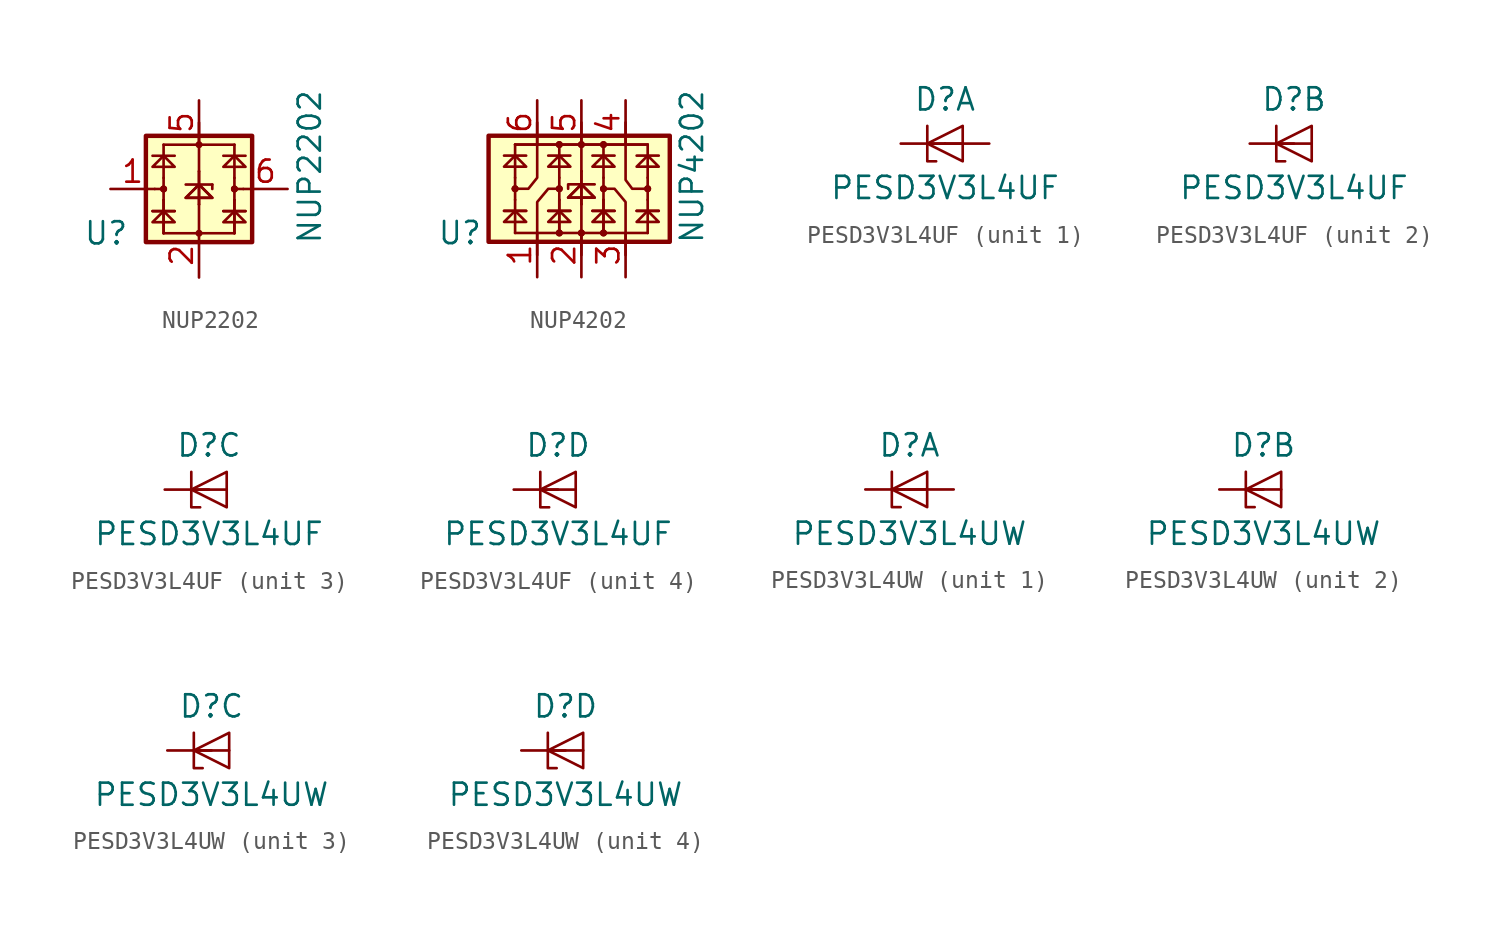
<source format=kicad_sym>
(kicad_symbol_lib
  (version 20201005)
  (generator kicad_symbol_editor)
  (symbol "Power_Protection:NUP2202"
    (property "Reference" "U"
      (at -5.334 -2.54 0)
      (effects (font (size 1.27 1.27))))
    (property "Value" "NUP2202"
      (at 6.35 1.27 90)
      (effects (font (size 1.27 1.27))))
    (symbol "NUP2202_0_1"
      (circle (center -2.032 0) (radius 0.127) (stroke (width 0)) (fill (type none)))
      (circle (center -2.032 0) (radius 0.127) (stroke (width 0)) (fill (type none)))
      (circle (center 0 -2.54) (radius 0.127) (stroke (width 0)) (fill (type none)))
      (circle (center 0 2.54) (radius 0.127) (stroke (width 0)) (fill (type none)))
      (circle (center 2.032 0) (radius 0.127) (stroke (width 0)) (fill (type none)))
      (circle (center 2.032 0) (radius 0.127) (stroke (width 0)) (fill (type none)))
      (rectangle (start -3.048 3.048) (end 3.048 -3.048) (stroke (width 0.254)) (fill (type background)))
      (polyline (pts (xy -2.667 -1.27) (xy -1.397 -1.27)) (stroke (width 0)) (fill (type none)))
      (polyline (pts (xy -2.667 -1.27) (xy -1.397 -1.27)) (stroke (width 0)) (fill (type none)))
      (polyline (pts (xy -2.667 1.905) (xy -1.397 1.905)) (stroke (width 0)) (fill (type none)))
      (polyline (pts (xy -2.54 0) (xy -2.032 0)) (stroke (width 0)) (fill (type none)))
      (polyline (pts (xy -2.032 -2.54) (xy -2.032 -0.635)) (stroke (width 0)) (fill (type none)))
      (polyline (pts (xy -2.032 -2.54) (xy -2.032 -0.635)) (stroke (width 0)) (fill (type none)))
      (polyline (pts (xy -2.032 0.635) (xy -2.032 -0.635)) (stroke (width 0)) (fill (type none)))
      (polyline (pts (xy -2.032 0.635) (xy -2.032 2.54)) (stroke (width 0)) (fill (type none)))
      (polyline (pts (xy -2.032 2.54) (xy 2.032 2.54)) (stroke (width 0)) (fill (type none)))
      (polyline (pts (xy -0.762 0.254) (xy 0.762 0.254)) (stroke (width 0)) (fill (type none)))
      (polyline (pts (xy 0 -0.889) (xy 0 -2.54)) (stroke (width 0)) (fill (type none)))
      (polyline (pts (xy 0 -0.889) (xy 0 1.016)) (stroke (width 0)) (fill (type none)))
      (polyline (pts (xy 0 -0.889) (xy 0 1.016)) (stroke (width 0)) (fill (type none)))
      (polyline (pts (xy 0 1.016) (xy 0 3.81)) (stroke (width 0)) (fill (type none)))
      (polyline (pts (xy 0.762 0) (xy 0.762 0.254)) (stroke (width 0)) (fill (type none)))
      (polyline (pts (xy 1.397 -1.27) (xy 2.667 -1.27)) (stroke (width 0)) (fill (type none)))
      (polyline (pts (xy 1.397 -1.27) (xy 2.667 -1.27)) (stroke (width 0)) (fill (type none)))
      (polyline (pts (xy 1.397 1.905) (xy 2.667 1.905)) (stroke (width 0)) (fill (type none)))
      (polyline (pts (xy 2.032 -2.54) (xy -2.032 -2.54)) (stroke (width 0)) (fill (type none)))
      (polyline (pts (xy 2.032 -2.54) (xy 2.032 -0.635)) (stroke (width 0)) (fill (type none)))
      (polyline (pts (xy 2.032 -2.54) (xy 2.032 -0.635)) (stroke (width 0)) (fill (type none)))
      (polyline (pts (xy 2.032 0) (xy 2.54 0)) (stroke (width 0)) (fill (type none)))
      (polyline (pts (xy 2.032 0.635) (xy 2.032 -0.635)) (stroke (width 0)) (fill (type none)))
      (polyline (pts (xy 2.032 0.635) (xy 2.032 2.54)) (stroke (width 0)) (fill (type none)))
      (polyline (pts (xy -2.667 -1.905) (xy -1.397 -1.905) (xy -2.032 -1.27) (xy -2.667 -1.905)) (stroke (width 0)) (fill (type none)))
      (polyline (pts (xy -2.667 1.27) (xy -1.397 1.27) (xy -2.032 1.905) (xy -2.667 1.27)) (stroke (width 0)) (fill (type none)))
      (polyline (pts (xy -0.762 -0.508) (xy 0.762 -0.508) (xy 0 0.254) (xy -0.762 -0.508)) (stroke (width 0)) (fill (type none)))
      (polyline (pts (xy -0.762 -0.508) (xy 0.762 -0.508) (xy 0 0.254) (xy -0.762 -0.508)) (stroke (width 0)) (fill (type none)))
      (polyline (pts (xy 1.397 -1.905) (xy 2.667 -1.905) (xy 2.032 -1.27) (xy 1.397 -1.905)) (stroke (width 0)) (fill (type none)))
      (polyline (pts (xy 1.397 1.27) (xy 2.667 1.27) (xy 2.032 1.905) (xy 1.397 1.27)) (stroke (width 0)) (fill (type none))))
    (symbol "NUP2202_1_1"
      (pin passive line (at -5.08 0 0) (length 2.54) (name "~" (effects (font (size 1.27 1.27)))) (number "1" (effects (font (size 1.27 1.27)))))
      (pin passive line (at 0 -5.08 90) (length 2.54) (name "~" (effects (font (size 1.27 1.27)))) (number "2" (effects (font (size 1.27 1.27)))))
      (pin no_connect line (at 0 -2.54 90) (length 2.54) hide (name "~" (effects (font (size 1.27 1.27)))) (number "3" (effects (font (size 1.27 1.27)))))
      (pin no_connect line (at 0 2.54 270) (length 2.54) hide (name "~" (effects (font (size 1.27 1.27)))) (number "4" (effects (font (size 1.27 1.27)))))
      (pin passive line (at 0 5.08 270) (length 2.54) (name "~" (effects (font (size 1.27 1.27)))) (number "5" (effects (font (size 1.27 1.27)))))
      (pin passive line (at 5.08 0 180) (length 2.54) (name "~" (effects (font (size 1.27 1.27)))) (number "6" (effects (font (size 1.27 1.27)))))))
  (symbol "Power_Protection:NUP4202"
    (property "Reference" "U"
      (at -6.985 -2.54 0)
      (effects (font (size 1.27 1.27))))
    (property "Value" "NUP4202"
      (at 6.35 1.27 90)
      (effects (font (size 1.27 1.27))))
    (symbol "NUP4202_0_1"
      (circle (center -3.81 0) (radius 0.127) (stroke (width 0)) (fill (type none)))
      (circle (center -3.81 0) (radius 0.127) (stroke (width 0)) (fill (type none)))
      (circle (center -1.27 -2.54) (radius 0.127) (stroke (width 0)) (fill (type none)))
      (circle (center -1.27 -2.54) (radius 0.127) (stroke (width 0)) (fill (type none)))
      (circle (center -1.27 0) (radius 0.127) (stroke (width 0)) (fill (type none)))
      (circle (center -1.27 0) (radius 0.127) (stroke (width 0)) (fill (type none)))
      (circle (center -1.27 2.54) (radius 0.127) (stroke (width 0)) (fill (type none)))
      (circle (center -1.27 2.54) (radius 0.127) (stroke (width 0)) (fill (type none)))
      (circle (center 0 -2.54) (radius 0.127) (stroke (width 0)) (fill (type none)))
      (circle (center 0 -2.54) (radius 0.127) (stroke (width 0)) (fill (type none)))
      (circle (center 0 2.54) (radius 0.127) (stroke (width 0)) (fill (type none)))
      (circle (center 0 2.54) (radius 0.127) (stroke (width 0)) (fill (type none)))
      (circle (center 1.27 -2.54) (radius 0.127) (stroke (width 0)) (fill (type none)))
      (circle (center 1.27 -2.54) (radius 0.127) (stroke (width 0)) (fill (type none)))
      (circle (center 1.27 0) (radius 0.127) (stroke (width 0)) (fill (type none)))
      (circle (center 1.27 0) (radius 0.127) (stroke (width 0)) (fill (type none)))
      (circle (center 1.27 2.54) (radius 0.127) (stroke (width 0)) (fill (type none)))
      (circle (center 1.27 2.54) (radius 0.127) (stroke (width 0)) (fill (type none)))
      (circle (center 3.81 0) (radius 0.127) (stroke (width 0)) (fill (type none)))
      (circle (center 3.81 0) (radius 0.127) (stroke (width 0)) (fill (type none)))
      (rectangle (start -5.334 3.048) (end 5.08 -3.048) (stroke (width 0.254)) (fill (type background)))
      (polyline (pts (xy -4.445 -1.27) (xy -3.175 -1.27)) (stroke (width 0)) (fill (type none)))
      (polyline (pts (xy -4.445 -1.27) (xy -3.175 -1.27)) (stroke (width 0)) (fill (type none)))
      (polyline (pts (xy -4.445 1.905) (xy -3.175 1.905)) (stroke (width 0)) (fill (type none)))
      (polyline (pts (xy -3.81 -2.54) (xy -3.81 -0.635)) (stroke (width 0)) (fill (type none)))
      (polyline (pts (xy -3.81 -2.54) (xy 3.81 -2.54)) (stroke (width 0)) (fill (type none)))
      (polyline (pts (xy -3.81 -0.635) (xy -3.81 0.635)) (stroke (width 0)) (fill (type none)))
      (polyline (pts (xy -3.81 0.635) (xy -3.81 2.54)) (stroke (width 0)) (fill (type none)))
      (polyline (pts (xy -3.81 2.54) (xy 3.81 2.54)) (stroke (width 0)) (fill (type none)))
      (polyline (pts (xy -3.81 2.54) (xy 3.81 2.54)) (stroke (width 0)) (fill (type none)))
      (polyline (pts (xy -1.905 -1.27) (xy -0.635 -1.27)) (stroke (width 0)) (fill (type none)))
      (polyline (pts (xy -1.905 -1.27) (xy -0.635 -1.27)) (stroke (width 0)) (fill (type none)))
      (polyline (pts (xy -1.905 1.905) (xy -0.635 1.905)) (stroke (width 0)) (fill (type none)))
      (polyline (pts (xy -1.27 -2.54) (xy -1.27 -0.635)) (stroke (width 0)) (fill (type none)))
      (polyline (pts (xy -1.27 -2.54) (xy -1.27 -0.635)) (stroke (width 0)) (fill (type none)))
      (polyline (pts (xy -1.27 0.635) (xy -1.27 -0.635)) (stroke (width 0)) (fill (type none)))
      (polyline (pts (xy -1.27 0.635) (xy -1.27 2.54)) (stroke (width 0)) (fill (type none)))
      (polyline (pts (xy 0 -0.889) (xy 0 -3.81)) (stroke (width 0)) (fill (type none)))
      (polyline (pts (xy 0 -0.889) (xy 0 1.016)) (stroke (width 0)) (fill (type none)))
      (polyline (pts (xy 0 -0.889) (xy 0 1.016)) (stroke (width 0)) (fill (type none)))
      (polyline (pts (xy 0 1.016) (xy 0 3.81)) (stroke (width 0)) (fill (type none)))
      (polyline (pts (xy 0.635 -1.27) (xy 1.905 -1.27)) (stroke (width 0)) (fill (type none)))
      (polyline (pts (xy 0.635 -1.27) (xy 1.905 -1.27)) (stroke (width 0)) (fill (type none)))
      (polyline (pts (xy 0.635 1.905) (xy 1.905 1.905)) (stroke (width 0)) (fill (type none)))
      (polyline (pts (xy 1.27 -2.54) (xy 1.27 -0.635)) (stroke (width 0)) (fill (type none)))
      (polyline (pts (xy 1.27 -2.54) (xy 1.27 -0.635)) (stroke (width 0)) (fill (type none)))
      (polyline (pts (xy 1.27 0.635) (xy 1.27 -0.635)) (stroke (width 0)) (fill (type none)))
      (polyline (pts (xy 1.27 0.635) (xy 1.27 2.54)) (stroke (width 0)) (fill (type none)))
      (polyline (pts (xy 3.175 -1.27) (xy 4.445 -1.27)) (stroke (width 0)) (fill (type none)))
      (polyline (pts (xy 3.175 -1.27) (xy 4.445 -1.27)) (stroke (width 0)) (fill (type none)))
      (polyline (pts (xy 3.175 1.905) (xy 4.445 1.905)) (stroke (width 0)) (fill (type none)))
      (polyline (pts (xy 3.81 -2.54) (xy 3.81 -0.635)) (stroke (width 0)) (fill (type none)))
      (polyline (pts (xy 3.81 0.635) (xy 3.81 -0.635)) (stroke (width 0)) (fill (type none)))
      (polyline (pts (xy 3.81 0.635) (xy 3.81 2.54)) (stroke (width 0)) (fill (type none)))
      (polyline (pts (xy 0.762 0.254) (xy -0.762 0.254) (xy -0.762 0)) (stroke (width 0)) (fill (type none)))
      (polyline (pts (xy -4.445 -1.905) (xy -3.175 -1.905) (xy -3.81 -1.27) (xy -4.445 -1.905)) (stroke (width 0)) (fill (type none)))
      (polyline (pts (xy -4.445 1.27) (xy -3.175 1.27) (xy -3.81 1.905) (xy -4.445 1.27)) (stroke (width 0)) (fill (type none)))
      (polyline (pts (xy -2.54 -3.81) (xy -2.54 -0.762) (xy -1.905 0) (xy -1.27 0)) (stroke (width 0)) (fill (type none)))
      (polyline (pts (xy -2.54 3.81) (xy -2.54 0.635) (xy -3.048 0) (xy -3.937 0)) (stroke (width 0)) (fill (type none)))
      (polyline (pts (xy -1.905 -1.905) (xy -0.635 -1.905) (xy -1.27 -1.27) (xy -1.905 -1.905)) (stroke (width 0)) (fill (type none)))
      (polyline (pts (xy -1.905 1.27) (xy -0.635 1.27) (xy -1.27 1.905) (xy -1.905 1.27)) (stroke (width 0)) (fill (type none)))
      (polyline (pts (xy -0.762 -0.508) (xy 0.762 -0.508) (xy 0 0.254) (xy -0.762 -0.508)) (stroke (width 0)) (fill (type none)))
      (polyline (pts (xy -0.762 -0.508) (xy 0.762 -0.508) (xy 0 0.254) (xy -0.762 -0.508)) (stroke (width 0)) (fill (type none)))
      (polyline (pts (xy 0.635 -1.905) (xy 1.905 -1.905) (xy 1.27 -1.27) (xy 0.635 -1.905)) (stroke (width 0)) (fill (type none)))
      (polyline (pts (xy 0.635 1.27) (xy 1.905 1.27) (xy 1.27 1.905) (xy 0.635 1.27)) (stroke (width 0)) (fill (type none)))
      (polyline (pts (xy 2.54 -3.81) (xy 2.54 -0.762) (xy 1.905 0) (xy 1.143 0)) (stroke (width 0)) (fill (type none)))
      (polyline (pts (xy 2.54 3.81) (xy 2.54 0.508) (xy 2.921 0) (xy 3.81 0)) (stroke (width 0)) (fill (type none)))
      (polyline (pts (xy 3.175 -1.905) (xy 4.445 -1.905) (xy 3.81 -1.27) (xy 3.175 -1.905)) (stroke (width 0)) (fill (type none)))
      (polyline (pts (xy 3.175 1.27) (xy 4.445 1.27) (xy 3.81 1.905) (xy 3.175 1.27)) (stroke (width 0)) (fill (type none))))
    (symbol "NUP4202_1_1"
      (pin passive line (at -2.54 -5.08 90) (length 2.54) (name "~" (effects (font (size 1.27 1.27)))) (number "1" (effects (font (size 1.27 1.27)))))
      (pin passive line (at 0 -5.08 90) (length 2.54) (name "~" (effects (font (size 1.27 1.27)))) (number "2" (effects (font (size 1.27 1.27)))))
      (pin passive line (at 2.54 -5.08 90) (length 2.54) (name "~" (effects (font (size 1.27 1.27)))) (number "3" (effects (font (size 1.27 1.27)))))
      (pin passive line (at 2.54 5.08 270) (length 2.54) (name "~" (effects (font (size 1.27 1.27)))) (number "4" (effects (font (size 1.27 1.27)))))
      (pin passive line (at 0 5.08 270) (length 2.54) (name "~" (effects (font (size 1.27 1.27)))) (number "5" (effects (font (size 1.27 1.27)))))
      (pin passive line (at -2.54 5.08 270) (length 2.54) (name "~" (effects (font (size 1.27 1.27)))) (number "6" (effects (font (size 1.27 1.27)))))))
  (symbol "Power_Protection:PESD3V3L4UF"
    (pin_numbers hide)
    (pin_names hide)
    (property "Reference" "D"
      (at 0 2.54 0)
      (effects (font (size 1.27 1.27))))
    (property "Value" "PESD3V3L4UF"
      (at 0 -2.54 0)
      (effects (font (size 1.27 1.27))))
    (property "ki_locked" ""
      (at 0 0 0)
      (effects (font (size 1.27 1.27))))
    (symbol "PESD3V3L4UF_0_1"
      (polyline (pts (xy -1.016 0) (xy 1.016 0)) (stroke (width 0)) (fill (type none)))
      (polyline (pts (xy -1.016 1.016) (xy -1.016 -1.016) (xy -0.508 -1.016)) (stroke (width 0)) (fill (type none)))
      (polyline (pts (xy 1.016 1.016) (xy -1.016 0) (xy 1.016 -1.016) (xy 1.016 1.016)) (stroke (width 0)) (fill (type none))))
    (symbol "PESD3V3L4UF_1_1"
      (pin passive line (at -2.54 0 0) (length 2.54) (name "K1" (effects (font (size 1.27 1.27)))) (number "1" (effects (font (size 1.27 1.27)))))
      (pin passive line (at 2.54 0 180) (length 2.54) (name "A" (effects (font (size 1.27 1.27)))) (number "2" (effects (font (size 1.27 1.27)))))
      (pin passive line (at 2.54 0 180) (length 2.54) hide (name "A" (effects (font (size 1.27 1.27)))) (number "5" (effects (font (size 1.27 1.27))))))
    (symbol "PESD3V3L4UF_2_1"
      (pin passive line (at -2.54 0 0) (length 2.54) (name "K2" (effects (font (size 1.27 1.27)))) (number "3" (effects (font (size 1.27 1.27))))))
    (symbol "PESD3V3L4UF_3_1"
      (pin passive line (at -2.54 0 0) (length 2.54) (name "K3" (effects (font (size 1.27 1.27)))) (number "4" (effects (font (size 1.27 1.27))))))
    (symbol "PESD3V3L4UF_4_1"
      (pin passive line (at -2.54 0 0) (length 2.54) (name "K4" (effects (font (size 1.27 1.27)))) (number "6" (effects (font (size 1.27 1.27)))))))
  (symbol "Power_Protection:PESD3V3L4UW"
    (pin_numbers hide)
    (pin_names hide)
    (property "Reference" "D"
      (at 0 2.54 0)
      (effects (font (size 1.27 1.27))))
    (property "Value" "PESD3V3L4UW"
      (at 0 -2.54 0)
      (effects (font (size 1.27 1.27))))
    (property "ki_locked" ""
      (at 0 0 0)
      (effects (font (size 1.27 1.27))))
    (symbol "PESD3V3L4UW_0_1"
      (polyline (pts (xy -1.016 0) (xy 1.016 0)) (stroke (width 0)) (fill (type none)))
      (polyline (pts (xy -1.016 1.016) (xy -1.016 -1.016) (xy -0.508 -1.016)) (stroke (width 0)) (fill (type none)))
      (polyline (pts (xy 1.016 1.016) (xy -1.016 0) (xy 1.016 -1.016) (xy 1.016 1.016)) (stroke (width 0)) (fill (type none))))
    (symbol "PESD3V3L4UW_1_1"
      (pin passive line (at -2.54 0 0) (length 2.54) (name "K1" (effects (font (size 1.27 1.27)))) (number "1" (effects (font (size 1.27 1.27)))))
      (pin passive line (at 2.54 0 180) (length 2.54) (name "A" (effects (font (size 1.27 1.27)))) (number "2" (effects (font (size 1.27 1.27))))))
    (symbol "PESD3V3L4UW_2_1"
      (pin passive line (at -2.54 0 0) (length 2.54) (name "K2" (effects (font (size 1.27 1.27)))) (number "3" (effects (font (size 1.27 1.27))))))
    (symbol "PESD3V3L4UW_3_1"
      (pin passive line (at -2.54 0 0) (length 2.54) (name "K3" (effects (font (size 1.27 1.27)))) (number "4" (effects (font (size 1.27 1.27))))))
    (symbol "PESD3V3L4UW_4_1"
      (pin passive line (at -2.54 0 0) (length 2.54) (name "K4" (effects (font (size 1.27 1.27)))) (number "5" (effects (font (size 1.27 1.27))))))))
</source>
